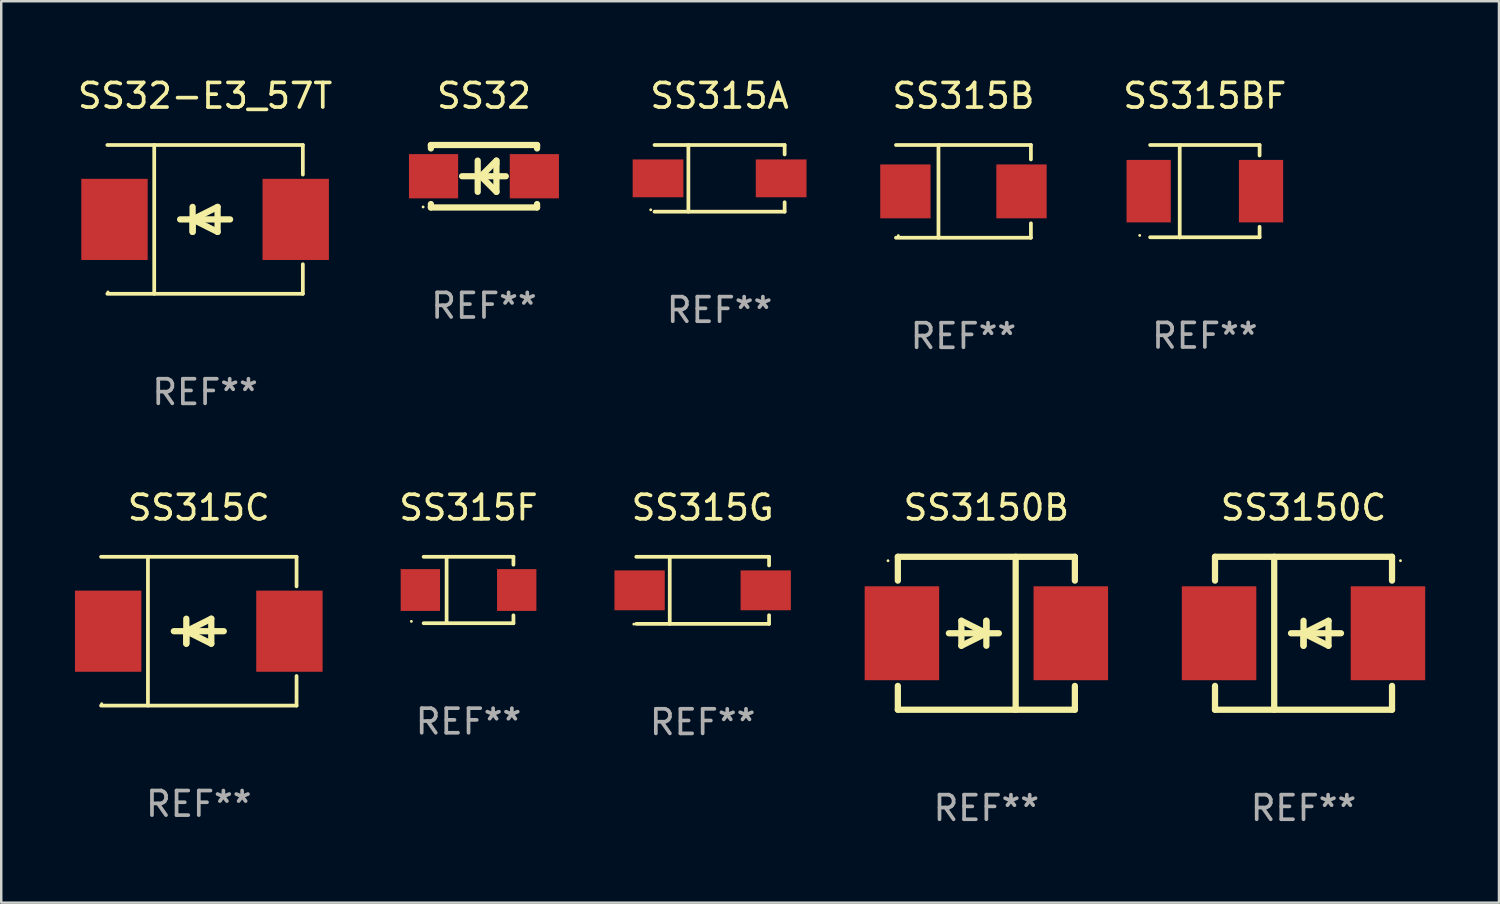
<source format=kicad_pcb>
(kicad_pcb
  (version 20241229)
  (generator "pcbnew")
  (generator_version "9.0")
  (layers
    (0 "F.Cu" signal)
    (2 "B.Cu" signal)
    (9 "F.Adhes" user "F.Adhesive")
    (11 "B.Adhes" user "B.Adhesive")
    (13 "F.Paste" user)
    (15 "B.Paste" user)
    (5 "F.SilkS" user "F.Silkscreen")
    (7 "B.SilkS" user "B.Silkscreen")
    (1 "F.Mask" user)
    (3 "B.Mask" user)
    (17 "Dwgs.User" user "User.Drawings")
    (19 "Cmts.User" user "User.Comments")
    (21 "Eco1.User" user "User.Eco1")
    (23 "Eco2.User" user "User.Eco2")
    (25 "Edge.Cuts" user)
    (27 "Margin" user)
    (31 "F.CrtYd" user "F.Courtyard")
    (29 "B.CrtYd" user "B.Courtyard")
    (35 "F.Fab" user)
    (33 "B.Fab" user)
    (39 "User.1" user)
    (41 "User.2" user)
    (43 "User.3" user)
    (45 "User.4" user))
  (footprint "SS315A"
    (layer "F.Cu")
    (at 26.218 4.204)
    (property "Reference" "SS315A" (at 0 -3.356 0) (layer "F.SilkS") (effects (font (size 1 1) (thickness 0.15))))
    (attr through_hole)
    (fp_line (start -2.646 -1.356) (end 2.646 -1.356) (stroke (width 0.152) (type solid)) (layer "F.SilkS"))
    (fp_line (start -2.646 1.356) (end 2.646 1.356) (stroke (width 0.152) (type solid)) (layer "F.SilkS"))
    (fp_line (start -1.269 -1.356) (end -1.269 1.356) (stroke (width 0.152) (type solid)) (layer "F.SilkS"))
    (fp_line (start 2.646 -1.356) (end 2.646 -0.973) (stroke (width 0.152) (type solid)) (layer "F.SilkS"))
    (fp_line (start 2.646 1.356) (end 2.646 0.973) (stroke (width 0.152) (type solid)) (layer "F.SilkS"))
    (fp_circle (center -2.8 1.28) (end -2.77 1.28) (stroke (width 0.06) (type solid)) (fill no) (layer "F.SilkS"))
    (fp_text user "REF**" (at 0 5.356 0) (layer "F.Fab") (effects (font (size 1 1) (thickness 0.15))))
    (pad "1" smd rect (at 2.504 0) (size 2.063 1.539) (layers "F.Cu" "F.Mask" "F.Paste"))
    (pad "2" smd rect (at -2.504 0) (size 2.063 1.539) (layers "F.Cu" "F.Mask" "F.Paste")))
  (footprint "SS315G"
    (layer "F.Cu")
    (at 25.53 20.961)
    (property "Reference" "SS315G" (at 0 -3.364 0) (layer "F.SilkS") (effects (font (size 1 1) (thickness 0.15))))
    (attr through_hole)
    (fp_line (start -2.701 -1.364) (end 2.701 -1.364) (stroke (width 0.152) (type solid)) (layer "F.SilkS"))
    (fp_line (start -2.701 1.364) (end 2.701 1.364) (stroke (width 0.152) (type solid)) (layer "F.SilkS"))
    (fp_line (start -1.339 -1.364) (end -1.339 1.364) (stroke (width 0.152) (type solid)) (layer "F.SilkS"))
    (fp_line (start 2.701 -1.364) (end 2.701 -1.013) (stroke (width 0.152) (type solid)) (layer "F.SilkS"))
    (fp_line (start 2.701 1.364) (end 2.701 1.013) (stroke (width 0.152) (type solid)) (layer "F.SilkS"))
    (fp_circle (center -2.8 1.375) (end -2.77 1.375) (stroke (width 0.06) (type solid)) (fill no) (layer "F.SilkS"))
    (fp_text user "REF**" (at 0 5.364 0) (layer "F.Fab") (effects (font (size 1 1) (thickness 0.15))))
    (pad "1" smd rect (at -2.565 -0.000025) (size 2.046 1.62) (layers "F.Cu" "F.Mask" "F.Paste"))
    (pad "2" smd rect (at 2.565 -0.000025) (size 2.046 1.62) (layers "F.Cu" "F.Mask" "F.Paste")))
  (footprint "SS315BF"
    (layer "F.Cu")
    (at 45.956 4.728)
    (property "Reference" "SS315BF" (at 0 -3.88 0) (layer "F.SilkS") (effects (font (size 1 1) (thickness 0.15))))
    (attr through_hole)
    (fp_line (start -2.226 -1.88) (end 2.226 -1.88) (stroke (width 0.152) (type solid)) (layer "F.SilkS"))
    (fp_line (start -2.226 1.873) (end 2.226 1.873) (stroke (width 0.152) (type solid)) (layer "F.SilkS"))
    (fp_line (start -1.022 -1.873) (end -1.022 1.88) (stroke (width 0.152) (type solid)) (layer "F.SilkS"))
    (fp_line (start 2.226 -1.88) (end 2.226 -1.453) (stroke (width 0.152) (type solid)) (layer "F.SilkS"))
    (fp_line (start 2.226 1.447) (end 2.226 1.873) (stroke (width 0.152) (type solid)) (layer "F.SilkS"))
    (fp_circle (center -2.65 1.797) (end -2.62 1.797) (stroke (width 0.06) (type solid)) (fill no) (layer "F.SilkS"))
    (fp_text user "REF**" (at 0 5.88 0) (layer "F.Fab") (effects (font (size 1 1) (thickness 0.15))))
    (pad "1" smd rect (at -2.285 -0.003) (size 1.8 2.54) (layers "F.Cu" "F.Mask" "F.Paste"))
    (pad "2" smd rect (at 2.285 -0.003) (size 1.8 2.54) (layers "F.Cu" "F.Mask" "F.Paste")))
  (footprint "SS32"
    (layer "F.Cu")
    (at 16.635 4.118)
    (property "Reference" "SS32" (at 0 -3.27 0) (layer "F.SilkS") (effects (font (size 1 1) (thickness 0.15))))
    (attr through_hole)
    (fp_line (start -2.159 -1.27) (end -2.159 -1.131) (stroke (width 0.254) (type solid)) (layer "F.SilkS"))
    (fp_line (start -2.159 1.131) (end -2.159 1.27) (stroke (width 0.254) (type solid)) (layer "F.SilkS"))
    (fp_line (start -2.159 1.27) (end 2.159 1.27) (stroke (width 0.254) (type solid)) (layer "F.SilkS"))
    (fp_line (start -0.255 -0.635) (end -0.255 0.635) (stroke (width 0.254) (type solid)) (layer "F.SilkS"))
    (fp_line (start -0.128 0) (end 0.507 -0.635) (stroke (width 0.254) (type solid)) (layer "F.SilkS"))
    (fp_line (start 0.507 -0.635) (end 0.507 -0.508) (stroke (width 0.254) (type solid)) (layer "F.SilkS"))
    (fp_line (start 0.507 -0.508) (end 0.507 0.635) (stroke (width 0.254) (type solid)) (layer "F.SilkS"))
    (fp_line (start 0.507 0.635) (end -0.128 0) (stroke (width 0.254) (type solid)) (layer "F.SilkS"))
    (fp_line (start 0.888 0) (end -0.89 0) (stroke (width 0.254) (type solid)) (layer "F.SilkS"))
    (fp_line (start 2.159 -1.27) (end -2.159 -1.27) (stroke (width 0.254) (type solid)) (layer "F.SilkS"))
    (fp_line (start 2.159 -1.131) (end 2.159 -1.27) (stroke (width 0.254) (type solid)) (layer "F.SilkS"))
    (fp_line (start 2.159 1.27) (end 2.159 1.131) (stroke (width 0.254) (type solid)) (layer "F.SilkS"))
    (fp_circle (center -2.475 1.25) (end -2.445 1.25) (stroke (width 0.06) (type solid)) (fill no) (layer "F.SilkS"))
    (fp_text user "REF**" (at 0 5.27 0) (layer "F.Fab") (effects (font (size 1 1) (thickness 0.15))))
    (pad "1" smd rect (at -2.051 0) (size 2 1.8) (layers "F.Cu" "F.Mask" "F.Paste"))
    (pad "2" smd rect (at 2.049 0) (size 2 1.8) (layers "F.Cu" "F.Mask" "F.Paste")))
  (footprint "SS315B"
    (layer "F.Cu")
    (at 36.137 4.734)
    (property "Reference" "SS315B" (at 0 -3.886 0) (layer "F.SilkS") (effects (font (size 1 1) (thickness 0.15))))
    (attr through_hole)
    (fp_line (start -2.744 -1.886) (end 2.744 -1.886) (stroke (width 0.152) (type solid)) (layer "F.SilkS"))
    (fp_line (start -2.744 1.886) (end 2.744 1.886) (stroke (width 0.152) (type solid)) (layer "F.SilkS"))
    (fp_line (start -1.016 -1.886) (end -1.016 1.886) (stroke (width 0.152) (type solid)) (layer "F.SilkS"))
    (fp_line (start 2.744 -1.886) (end 2.744 -1.299) (stroke (width 0.152) (type solid)) (layer "F.SilkS"))
    (fp_line (start 2.744 1.886) (end 2.744 1.299) (stroke (width 0.152) (type solid)) (layer "F.SilkS"))
    (fp_circle (center -2.65 1.8) (end -2.62 1.8) (stroke (width 0.06) (type solid)) (fill no) (layer "F.SilkS"))
    (fp_text user "REF**" (at 0 5.886 0) (layer "F.Fab") (effects (font (size 1 1) (thickness 0.15))))
    (pad "1" smd rect (at -2.361 0) (size 2.047 2.192) (layers "F.Cu" "F.Mask" "F.Paste"))
    (pad "2" smd rect (at 2.361 0) (size 2.047 2.192) (layers "F.Cu" "F.Mask" "F.Paste")))
  (footprint "SS315C"
    (layer "F.Cu")
    (at 5.036 22.623)
    (property "Reference" "SS315C" (at 0 -5.026 0) (layer "F.SilkS") (effects (font (size 1 1) (thickness 0.15))))
    (attr through_hole)
    (fp_line (start -3.976 -3.026) (end 3.976 -3.026) (stroke (width 0.152) (type solid)) (layer "F.SilkS"))
    (fp_line (start -3.976 3.026) (end 3.976 3.026) (stroke (width 0.152) (type solid)) (layer "F.SilkS"))
    (fp_line (start -2.069 -3.026) (end -2.069 3.026) (stroke (width 0.152) (type solid)) (layer "F.SilkS"))
    (fp_line (start -0.508 0) (end -0.508 0.508) (stroke (width 0.254) (type solid)) (layer "F.SilkS"))
    (fp_line (start -0.508 0) (end 0.508 0.508) (stroke (width 0.254) (type solid)) (layer "F.SilkS"))
    (fp_line (start -0.508 0.508) (end -0.508 -0.508) (stroke (width 0.254) (type solid)) (layer "F.SilkS"))
    (fp_line (start 0.508 -0.508) (end -0.508 0) (stroke (width 0.254) (type solid)) (layer "F.SilkS"))
    (fp_line (start 0.508 0.508) (end 0.508 -0.508) (stroke (width 0.254) (type solid)) (layer "F.SilkS"))
    (fp_line (start 1.016 0) (end -1.016 0) (stroke (width 0.254) (type solid)) (layer "F.SilkS"))
    (fp_line (start 3.976 -3.026) (end 3.976 -1.823) (stroke (width 0.152) (type solid)) (layer "F.SilkS"))
    (fp_line (start 3.976 3.026) (end 3.976 1.823) (stroke (width 0.152) (type solid)) (layer "F.SilkS"))
    (fp_circle (center -3.95 2.95) (end -3.92 2.95) (stroke (width 0.06) (type solid)) (fill no) (layer "F.SilkS"))
    (fp_text user "REF**" (at 0 7.026 0) (layer "F.Fab") (effects (font (size 1 1) (thickness 0.15))))
    (pad "1" smd rect (at -3.686 0) (size 2.7 3.3) (layers "F.Cu" "F.Mask" "F.Paste"))
    (pad "2" smd rect (at 3.686 0) (size 2.7 3.3) (layers "F.Cu" "F.Mask" "F.Paste")))
  (footprint "SS3150C"
    (layer "F.Cu")
    (at 49.969 22.707)
    (property "Reference" "SS3150C" (at 0 -5.11 0) (layer "F.SilkS") (effects (font (size 1 1) (thickness 0.15))))
    (attr through_hole)
    (fp_line (start -3.6 -3.11) (end -3.6 -2.141) (stroke (width 0.254) (type solid)) (layer "F.SilkS"))
    (fp_line (start -3.6 -3.11) (end 3.6 -3.11) (stroke (width 0.254) (type solid)) (layer "F.SilkS"))
    (fp_line (start -3.6 2.141) (end -3.6 3.11) (stroke (width 0.254) (type solid)) (layer "F.SilkS"))
    (fp_line (start -3.6 3.11) (end 3.6 3.11) (stroke (width 0.254) (type solid)) (layer "F.SilkS"))
    (fp_line (start -1.192 -3.11) (end -1.192 3.11) (stroke (width 0.254) (type solid)) (layer "F.SilkS"))
    (fp_line (start 0 0) (end 0 0.508) (stroke (width 0.254) (type solid)) (layer "F.SilkS"))
    (fp_line (start 0 0) (end 1.016 0.508) (stroke (width 0.254) (type solid)) (layer "F.SilkS"))
    (fp_line (start 0 0.508) (end 0 -0.508) (stroke (width 0.254) (type solid)) (layer "F.SilkS"))
    (fp_line (start 1.016 -0.508) (end 0 0) (stroke (width 0.254) (type solid)) (layer "F.SilkS"))
    (fp_line (start 1.016 0.508) (end 1.016 -0.508) (stroke (width 0.254) (type solid)) (layer "F.SilkS"))
    (fp_line (start 1.524 0) (end -0.508 0) (stroke (width 0.254) (type solid)) (layer "F.SilkS"))
    (fp_line (start 3.6 -3.11) (end 3.6 -2.141) (stroke (width 0.254) (type solid)) (layer "F.SilkS"))
    (fp_line (start 3.6 2.141) (end 3.6 3.11) (stroke (width 0.254) (type solid)) (layer "F.SilkS"))
    (fp_circle (center 3.943 -2.952) (end 3.973 -2.952) (stroke (width 0.06) (type solid)) (fill no) (layer "F.SilkS"))
    (fp_text user "REF**" (at 0 7.11 0) (layer "F.Fab") (effects (font (size 1 1) (thickness 0.15))))
    (pad "1" smd rect (at 3.435 0 180) (size 3.03 3.82) (layers "F.Cu" "F.Mask" "F.Paste"))
    (pad "2" smd rect (at -3.435 0 180) (size 3.03 3.82) (layers "F.Cu" "F.Mask" "F.Paste")))
  (footprint "SS3150B"
    (layer "F.Cu")
    (at 37.069 22.707)
    (property "Reference" "SS3150B" (at 0 -5.11 0) (layer "F.SilkS") (effects (font (size 1 1) (thickness 0.15))))
    (attr through_hole)
    (fp_line (start -3.6 -2.141) (end -3.6 -3.11) (stroke (width 0.254) (type solid)) (layer "F.SilkS"))
    (fp_line (start -3.6 3.11) (end -3.6 2.141) (stroke (width 0.254) (type solid)) (layer "F.SilkS"))
    (fp_line (start -1.524 0) (end 0.508 0) (stroke (width 0.254) (type solid)) (layer "F.SilkS"))
    (fp_line (start -1.016 -0.508) (end -1.016 0.508) (stroke (width 0.254) (type solid)) (layer "F.SilkS"))
    (fp_line (start -1.016 0.508) (end 0 0) (stroke (width 0.254) (type solid)) (layer "F.SilkS"))
    (fp_line (start 0 -0.508) (end 0 0.508) (stroke (width 0.254) (type solid)) (layer "F.SilkS"))
    (fp_line (start 0 0) (end -1.016 -0.508) (stroke (width 0.254) (type solid)) (layer "F.SilkS"))
    (fp_line (start 0 0) (end 0 -0.508) (stroke (width 0.254) (type solid)) (layer "F.SilkS"))
    (fp_line (start 1.192 3.11) (end 1.192 -3.11) (stroke (width 0.254) (type solid)) (layer "F.SilkS"))
    (fp_line (start 3.6 -3.11) (end -3.6 -3.11) (stroke (width 0.254) (type solid)) (layer "F.SilkS"))
    (fp_line (start 3.6 -2.141) (end 3.6 -3.11) (stroke (width 0.254) (type solid)) (layer "F.SilkS"))
    (fp_line (start 3.6 3.11) (end -3.6 3.11) (stroke (width 0.254) (type solid)) (layer "F.SilkS"))
    (fp_line (start 3.6 3.11) (end 3.6 2.141) (stroke (width 0.254) (type solid)) (layer "F.SilkS"))
    (fp_circle (center -4 -2.95) (end -3.97 -2.95) (stroke (width 0.06) (type solid)) (fill no) (layer "F.SilkS"))
    (fp_text user "REF**" (at 0 7.11 0) (layer "F.Fab") (effects (font (size 1 1) (thickness 0.15))))
    (pad "1" smd rect (at -3.435 0) (size 3.03 3.82) (layers "F.Cu" "F.Mask" "F.Paste"))
    (pad "2" smd rect (at 3.435 0) (size 3.03 3.82) (layers "F.Cu" "F.Mask" "F.Paste")))
  (footprint "SS32-E3_57T"
    (layer "F.Cu")
    (at 5.292 5.874)
    (property "Reference" "SS32-E3_57T" (at 0 -5.026 0) (layer "F.SilkS") (effects (font (size 1 1) (thickness 0.15))))
    (attr through_hole)
    (fp_line (start -3.976 -3.026) (end 3.976 -3.026) (stroke (width 0.152) (type solid)) (layer "F.SilkS"))
    (fp_line (start -3.976 3.026) (end 3.976 3.026) (stroke (width 0.152) (type solid)) (layer "F.SilkS"))
    (fp_line (start -2.069 -3.026) (end -2.069 3.026) (stroke (width 0.152) (type solid)) (layer "F.SilkS"))
    (fp_line (start -0.508 0) (end -0.508 0.508) (stroke (width 0.254) (type solid)) (layer "F.SilkS"))
    (fp_line (start -0.508 0) (end 0.508 0.508) (stroke (width 0.254) (type solid)) (layer "F.SilkS"))
    (fp_line (start -0.508 0.508) (end -0.508 -0.508) (stroke (width 0.254) (type solid)) (layer "F.SilkS"))
    (fp_line (start 0.508 -0.508) (end -0.508 0) (stroke (width 0.254) (type solid)) (layer "F.SilkS"))
    (fp_line (start 0.508 0.508) (end 0.508 -0.508) (stroke (width 0.254) (type solid)) (layer "F.SilkS"))
    (fp_line (start 1.016 0) (end -1.016 0) (stroke (width 0.254) (type solid)) (layer "F.SilkS"))
    (fp_line (start 3.976 -3.026) (end 3.976 -1.823) (stroke (width 0.152) (type solid)) (layer "F.SilkS"))
    (fp_line (start 3.976 3.026) (end 3.976 1.823) (stroke (width 0.152) (type solid)) (layer "F.SilkS"))
    (fp_circle (center -3.95 2.95) (end -3.92 2.95) (stroke (width 0.06) (type solid)) (fill no) (layer "F.SilkS"))
    (fp_text user "REF**" (at 0 7.026 0) (layer "F.Fab") (effects (font (size 1 1) (thickness 0.15))))
    (pad "1" smd rect (at -3.686 0) (size 2.7 3.3) (layers "F.Cu" "F.Mask" "F.Paste"))
    (pad "2" smd rect (at 3.686 0) (size 2.7 3.3) (layers "F.Cu" "F.Mask" "F.Paste")))
  (footprint "SS315F"
    (layer "F.Cu")
    (at 16.007 20.948)
    (property "Reference" "SS315F" (at 0 -3.351 0) (layer "F.SilkS") (effects (font (size 1 1) (thickness 0.15))))
    (attr through_hole)
    (fp_line (start -1.826 -1.351) (end 1.826 -1.351) (stroke (width 0.152) (type solid)) (layer "F.SilkS"))
    (fp_line (start -1.826 1.351) (end 1.826 1.351) (stroke (width 0.152) (type solid)) (layer "F.SilkS"))
    (fp_line (start -0.892 -1.351) (end -0.892 1.351) (stroke (width 0.152) (type solid)) (layer "F.SilkS"))
    (fp_line (start 1.826 -1.351) (end 1.826 -1.03) (stroke (width 0.152) (type solid)) (layer "F.SilkS"))
    (fp_line (start 1.826 1.03) (end 1.826 1.351) (stroke (width 0.152) (type solid)) (layer "F.SilkS"))
    (fp_circle (center -2.325 1.275) (end -2.295 1.275) (stroke (width 0.06) (type solid)) (fill no) (layer "F.SilkS"))
    (fp_text user "REF**" (at 0 5.351 0) (layer "F.Fab") (effects (font (size 1 1) (thickness 0.15))))
    (pad "1" smd rect (at -1.96 0 180) (size 1.6 1.7) (layers "F.Cu" "F.Mask" "F.Paste"))
    (pad "2" smd rect (at 1.96 0 180) (size 1.6 1.7) (layers "F.Cu" "F.Mask" "F.Paste")))
  (gr_rect
    (start -3 -3)
    (end 57.919 33.665)
    (stroke (width 0.1) (type default))
    (fill no)
    (layer "Edge.Cuts")))
</source>
